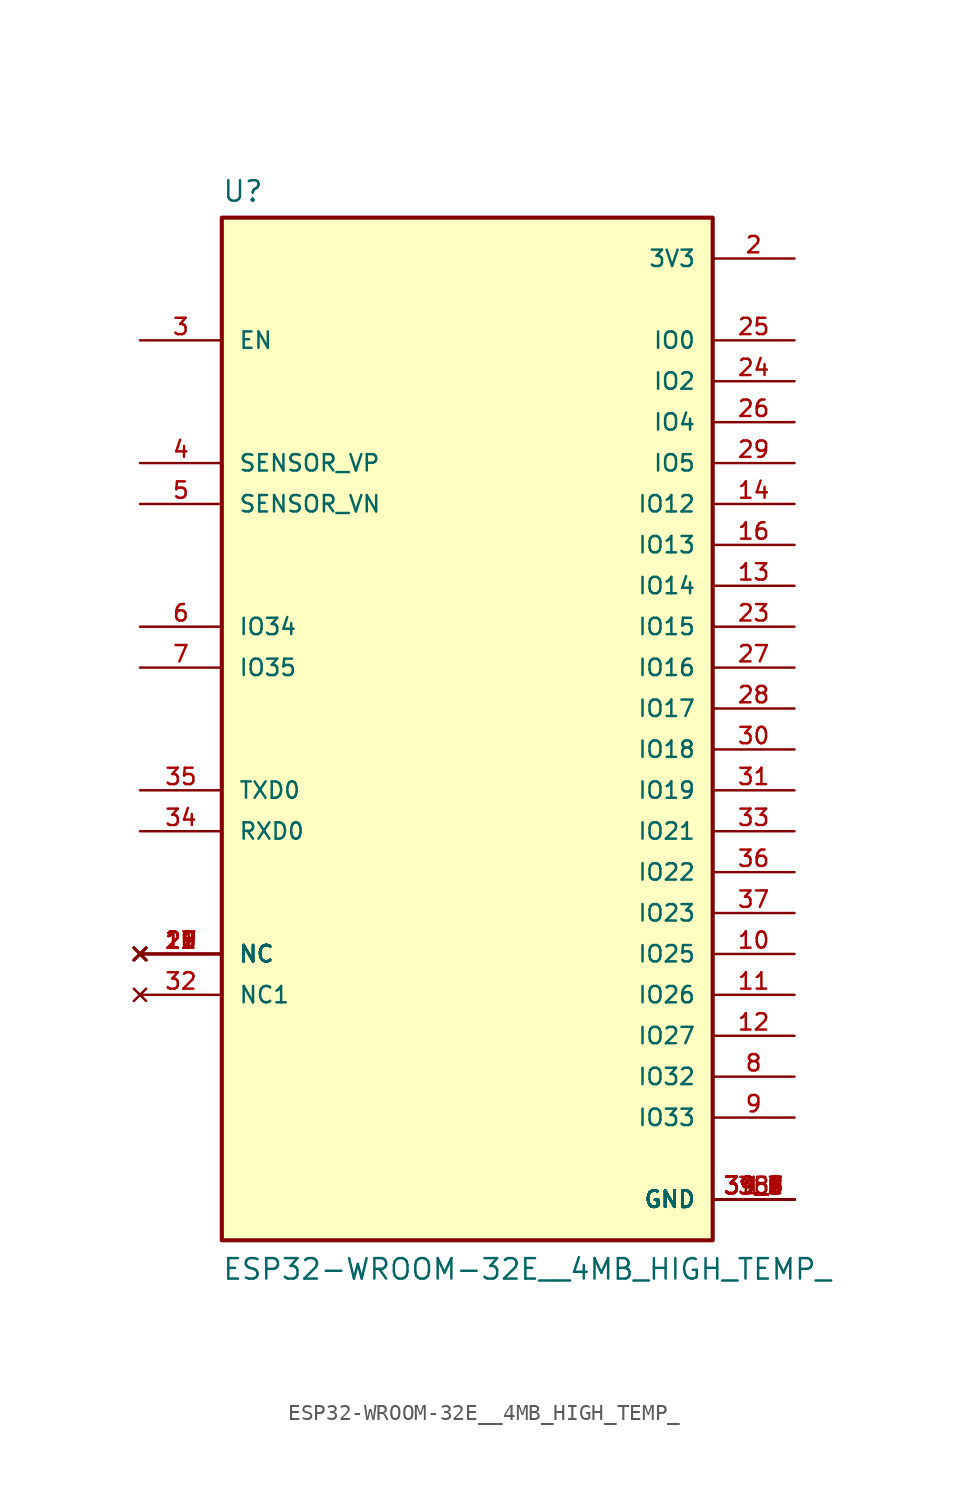
<source format=kicad_sym>
(kicad_symbol_lib
  (version 20211014)
  (generator kicad_symbol_editor)
  (symbol "ESP32-WROOM-32E__4MB_HIGH_TEMP_"
    (pin_names
      (offset 1.016))
    (property "Reference" "U"
      (at -15.24 33.909 0)
      (effects (font (size 1.27 1.27)) (justify bottom left)))
    (property "Value" "ESP32-WROOM-32E__4MB_HIGH_TEMP_"
      (at -15.24 -33.02 0)
      (effects (font (size 1.27 1.27)) (justify bottom left)))
    (symbol "ESP32-WROOM-32E__4MB_HIGH_TEMP__0_0"
      (rectangle (start -15.24 -30.48) (end 15.24 33.02) (stroke (width 0.254)) (fill (type background)))
      (pin power_in line (at 20.32 -27.94 180.0) (length 5.08) (name "GND" (effects (font (size 1.016 1.016)))) (number "1" (effects (font (size 1.016 1.016)))))
      (pin power_in line (at 20.32 -27.94 180.0) (length 5.08) (name "GND" (effects (font (size 1.016 1.016)))) (number "15" (effects (font (size 1.016 1.016)))))
      (pin power_in line (at 20.32 -27.94 180.0) (length 5.08) (name "GND" (effects (font (size 1.016 1.016)))) (number "38" (effects (font (size 1.016 1.016)))))
      (pin power_in line (at 20.32 -27.94 180.0) (length 5.08) (name "GND" (effects (font (size 1.016 1.016)))) (number "39_1" (effects (font (size 1.016 1.016)))))
      (pin power_in line (at 20.32 -27.94 180.0) (length 5.08) (name "GND" (effects (font (size 1.016 1.016)))) (number "39_2" (effects (font (size 1.016 1.016)))))
      (pin power_in line (at 20.32 -27.94 180.0) (length 5.08) (name "GND" (effects (font (size 1.016 1.016)))) (number "39_3" (effects (font (size 1.016 1.016)))))
      (pin power_in line (at 20.32 -27.94 180.0) (length 5.08) (name "GND" (effects (font (size 1.016 1.016)))) (number "39_4" (effects (font (size 1.016 1.016)))))
      (pin power_in line (at 20.32 -27.94 180.0) (length 5.08) (name "GND" (effects (font (size 1.016 1.016)))) (number "39_5" (effects (font (size 1.016 1.016)))))
      (pin power_in line (at 20.32 -27.94 180.0) (length 5.08) (name "GND" (effects (font (size 1.016 1.016)))) (number "39_6" (effects (font (size 1.016 1.016)))))
      (pin power_in line (at 20.32 -27.94 180.0) (length 5.08) (name "GND" (effects (font (size 1.016 1.016)))) (number "39_7" (effects (font (size 1.016 1.016)))))
      (pin power_in line (at 20.32 -27.94 180.0) (length 5.08) (name "GND" (effects (font (size 1.016 1.016)))) (number "39_8" (effects (font (size 1.016 1.016)))))
      (pin power_in line (at 20.32 -27.94 180.0) (length 5.08) (name "GND" (effects (font (size 1.016 1.016)))) (number "39_9" (effects (font (size 1.016 1.016)))))
      (pin power_in line (at 20.32 30.48 180.0) (length 5.08) (name "3V3" (effects (font (size 1.016 1.016)))) (number "2" (effects (font (size 1.016 1.016)))))
      (pin input line (at -20.32 25.4 0) (length 5.08) (name "EN" (effects (font (size 1.016 1.016)))) (number "3" (effects (font (size 1.016 1.016)))))
      (pin input line (at -20.32 17.78 0) (length 5.08) (name "SENSOR_VP" (effects (font (size 1.016 1.016)))) (number "4" (effects (font (size 1.016 1.016)))))
      (pin input line (at -20.32 15.24 0) (length 5.08) (name "SENSOR_VN" (effects (font (size 1.016 1.016)))) (number "5" (effects (font (size 1.016 1.016)))))
      (pin input line (at -20.32 7.62 0) (length 5.08) (name "IO34" (effects (font (size 1.016 1.016)))) (number "6" (effects (font (size 1.016 1.016)))))
      (pin input line (at -20.32 5.08 0) (length 5.08) (name "IO35" (effects (font (size 1.016 1.016)))) (number "7" (effects (font (size 1.016 1.016)))))
      (pin bidirectional line (at 20.32 -22.86 180.0) (length 5.08) (name "IO33" (effects (font (size 1.016 1.016)))) (number "9" (effects (font (size 1.016 1.016)))))
      (pin bidirectional line (at 20.32 -20.32 180.0) (length 5.08) (name "IO32" (effects (font (size 1.016 1.016)))) (number "8" (effects (font (size 1.016 1.016)))))
      (pin bidirectional line (at 20.32 -12.7 180.0) (length 5.08) (name "IO25" (effects (font (size 1.016 1.016)))) (number "10" (effects (font (size 1.016 1.016)))))
      (pin bidirectional line (at 20.32 -15.24 180.0) (length 5.08) (name "IO26" (effects (font (size 1.016 1.016)))) (number "11" (effects (font (size 1.016 1.016)))))
      (pin bidirectional line (at 20.32 -17.78 180.0) (length 5.08) (name "IO27" (effects (font (size 1.016 1.016)))) (number "12" (effects (font (size 1.016 1.016)))))
      (pin bidirectional line (at 20.32 10.16 180.0) (length 5.08) (name "IO14" (effects (font (size 1.016 1.016)))) (number "13" (effects (font (size 1.016 1.016)))))
      (pin bidirectional line (at 20.32 15.24 180.0) (length 5.08) (name "IO12" (effects (font (size 1.016 1.016)))) (number "14" (effects (font (size 1.016 1.016)))))
      (pin bidirectional line (at 20.32 12.7 180.0) (length 5.08) (name "IO13" (effects (font (size 1.016 1.016)))) (number "16" (effects (font (size 1.016 1.016)))))
      (pin bidirectional line (at 20.32 7.62 180.0) (length 5.08) (name "IO15" (effects (font (size 1.016 1.016)))) (number "23" (effects (font (size 1.016 1.016)))))
      (pin bidirectional line (at 20.32 22.86 180.0) (length 5.08) (name "IO2" (effects (font (size 1.016 1.016)))) (number "24" (effects (font (size 1.016 1.016)))))
      (pin bidirectional line (at 20.32 25.4 180.0) (length 5.08) (name "IO0" (effects (font (size 1.016 1.016)))) (number "25" (effects (font (size 1.016 1.016)))))
      (pin bidirectional line (at 20.32 20.32 180.0) (length 5.08) (name "IO4" (effects (font (size 1.016 1.016)))) (number "26" (effects (font (size 1.016 1.016)))))
      (pin bidirectional line (at 20.32 5.08 180.0) (length 5.08) (name "IO16" (effects (font (size 1.016 1.016)))) (number "27" (effects (font (size 1.016 1.016)))))
      (pin bidirectional line (at 20.32 2.54 180.0) (length 5.08) (name "IO17" (effects (font (size 1.016 1.016)))) (number "28" (effects (font (size 1.016 1.016)))))
      (pin bidirectional line (at 20.32 17.78 180.0) (length 5.08) (name "IO5" (effects (font (size 1.016 1.016)))) (number "29" (effects (font (size 1.016 1.016)))))
      (pin bidirectional line (at 20.32 0.0 180.0) (length 5.08) (name "IO18" (effects (font (size 1.016 1.016)))) (number "30" (effects (font (size 1.016 1.016)))))
      (pin bidirectional line (at 20.32 -2.54 180.0) (length 5.08) (name "IO19" (effects (font (size 1.016 1.016)))) (number "31" (effects (font (size 1.016 1.016)))))
      (pin bidirectional line (at 20.32 -5.08 180.0) (length 5.08) (name "IO21" (effects (font (size 1.016 1.016)))) (number "33" (effects (font (size 1.016 1.016)))))
      (pin bidirectional line (at 20.32 -7.62 180.0) (length 5.08) (name "IO22" (effects (font (size 1.016 1.016)))) (number "36" (effects (font (size 1.016 1.016)))))
      (pin bidirectional line (at 20.32 -10.16 180.0) (length 5.08) (name "IO23" (effects (font (size 1.016 1.016)))) (number "37" (effects (font (size 1.016 1.016)))))
      (pin bidirectional line (at -20.32 -5.08 0) (length 5.08) (name "RXD0" (effects (font (size 1.016 1.016)))) (number "34" (effects (font (size 1.016 1.016)))))
      (pin bidirectional line (at -20.32 -2.54 0) (length 5.08) (name "TXD0" (effects (font (size 1.016 1.016)))) (number "35" (effects (font (size 1.016 1.016)))))
      (pin no_connect line (at -20.32 -12.7 0) (length 5.08) (name "NC" (effects (font (size 1.016 1.016)))) (number "17" (effects (font (size 1.016 1.016)))))
      (pin no_connect line (at -20.32 -12.7 0) (length 5.08) (name "NC" (effects (font (size 1.016 1.016)))) (number "18" (effects (font (size 1.016 1.016)))))
      (pin no_connect line (at -20.32 -12.7 0) (length 5.08) (name "NC" (effects (font (size 1.016 1.016)))) (number "19" (effects (font (size 1.016 1.016)))))
      (pin no_connect line (at -20.32 -12.7 0) (length 5.08) (name "NC" (effects (font (size 1.016 1.016)))) (number "20" (effects (font (size 1.016 1.016)))))
      (pin no_connect line (at -20.32 -12.7 0) (length 5.08) (name "NC" (effects (font (size 1.016 1.016)))) (number "21" (effects (font (size 1.016 1.016)))))
      (pin no_connect line (at -20.32 -12.7 0) (length 5.08) (name "NC" (effects (font (size 1.016 1.016)))) (number "22" (effects (font (size 1.016 1.016)))))
      (pin no_connect line (at -20.32 -15.24 0) (length 5.08) (name "NC1" (effects (font (size 1.016 1.016)))) (number "32" (effects (font (size 1.016 1.016))))))))
</source>
